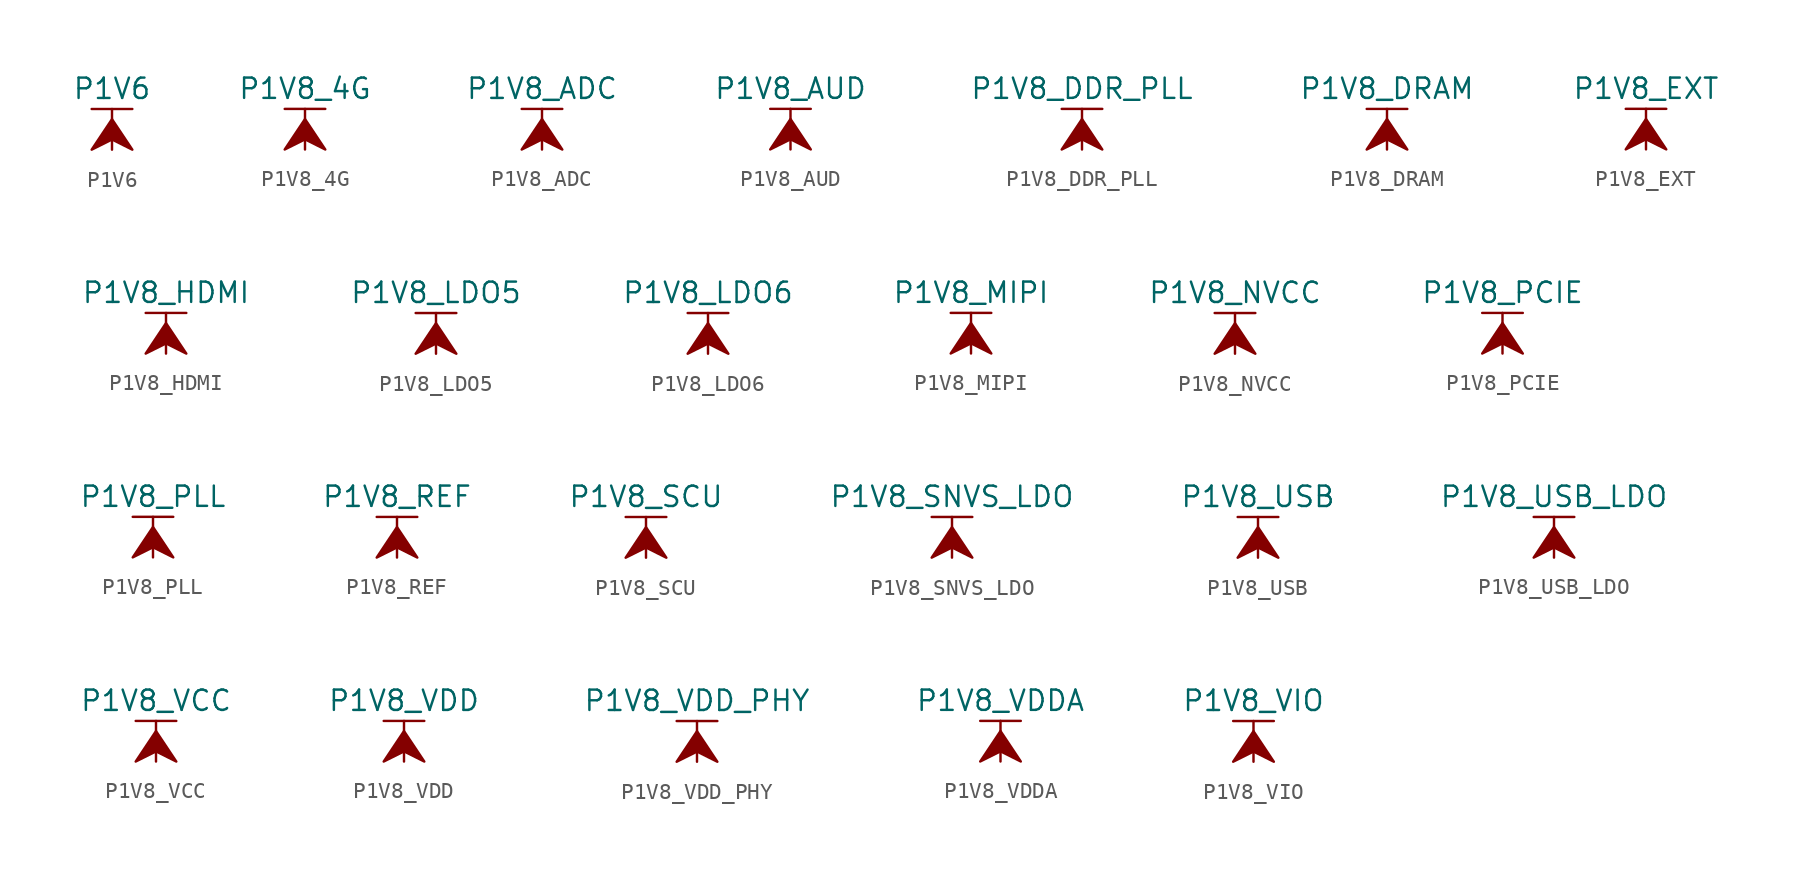
<source format=kicad_sym>
(kicad_symbol_lib
  (version 20211014)
  (generator kicad_symbol_editor)
  (symbol "P1V6"
    (power)
    (pin_names
      (offset 0))
    (property "Reference" "#PWR"
      (at 0 -3.81 0)
      (effects (font (size 1.27 1.27)) hide))
    (property "Value" "P1V6"
      (at 0 3.81 0)
      (effects (font (size 1.27 1.27))))
    (symbol "P1V6_0_1"
      (polyline (pts (xy -1.27 2.54) (xy 1.27 2.54)) (stroke (width 0.152) (type default) (color 0 0 0 0)) (fill (type none)))
      (polyline (pts (xy 0 0) (xy 0 2.54)) (stroke (width 0.152) (type default) (color 0 0 0 0)) (fill (type none)))
      (polyline (pts (xy 0 1.905) (xy -1.27 0) (xy 0 0.635) (xy 1.27 0) (xy 0 1.905)) (stroke (width 0.152) (type default) (color 0 0 0 0)) (fill (type outline))))
    (symbol "P1V6_1_1"
      (pin power_in line (at 0 0 90) (length 0) hide (name "P1V6" (effects (font (size 1.27 1.27)))) (number "1" (effects (font (size 1.27 1.27)))))))
  (symbol "P1V8_4G"
    (power)
    (pin_names
      (offset 0))
    (property "Reference" "#PWR"
      (at 0 -3.81 0)
      (effects (font (size 1.27 1.27)) hide))
    (property "Value" "P1V8_4G"
      (at 0 3.81 0)
      (effects (font (size 1.27 1.27))))
    (symbol "P1V8_4G_0_1"
      (polyline (pts (xy -1.27 2.54) (xy 1.27 2.54)) (stroke (width 0.152) (type default) (color 0 0 0 0)) (fill (type none)))
      (polyline (pts (xy 0 0) (xy 0 2.54)) (stroke (width 0.152) (type default) (color 0 0 0 0)) (fill (type none)))
      (polyline (pts (xy 0 1.905) (xy -1.27 0) (xy 0 0.635) (xy 1.27 0) (xy 0 1.905)) (stroke (width 0.152) (type default) (color 0 0 0 0)) (fill (type outline))))
    (symbol "P1V8_4G_1_1"
      (pin power_in line (at 0 0 90) (length 0) hide (name "P1V8_4G" (effects (font (size 1.27 1.27)))) (number "1" (effects (font (size 1.27 1.27)))))))
  (symbol "P1V8_ADC"
    (power)
    (pin_names
      (offset 0))
    (property "Reference" "#PWR"
      (at 0 -3.81 0)
      (effects (font (size 1.27 1.27)) hide))
    (property "Value" "P1V8_ADC"
      (at 0 3.81 0)
      (effects (font (size 1.27 1.27))))
    (symbol "P1V8_ADC_0_1"
      (polyline (pts (xy -1.27 2.54) (xy 1.27 2.54)) (stroke (width 0.152) (type default) (color 0 0 0 0)) (fill (type none)))
      (polyline (pts (xy 0 0) (xy 0 2.54)) (stroke (width 0.152) (type default) (color 0 0 0 0)) (fill (type none)))
      (polyline (pts (xy 0 1.905) (xy -1.27 0) (xy 0 0.635) (xy 1.27 0) (xy 0 1.905)) (stroke (width 0.152) (type default) (color 0 0 0 0)) (fill (type outline))))
    (symbol "P1V8_ADC_1_1"
      (pin power_in line (at 0 0 90) (length 0) hide (name "P1V8_ADC" (effects (font (size 1.27 1.27)))) (number "1" (effects (font (size 1.27 1.27)))))))
  (symbol "P1V8_AUD"
    (power)
    (pin_names
      (offset 0))
    (property "Reference" "#PWR"
      (at 0 -3.81 0)
      (effects (font (size 1.27 1.27)) hide))
    (property "Value" "P1V8_AUD"
      (at 0 3.81 0)
      (effects (font (size 1.27 1.27))))
    (symbol "P1V8_AUD_0_1"
      (polyline (pts (xy -1.27 2.54) (xy 1.27 2.54)) (stroke (width 0.152) (type default) (color 0 0 0 0)) (fill (type none)))
      (polyline (pts (xy 0 0) (xy 0 2.54)) (stroke (width 0.152) (type default) (color 0 0 0 0)) (fill (type none)))
      (polyline (pts (xy 0 1.905) (xy -1.27 0) (xy 0 0.635) (xy 1.27 0) (xy 0 1.905)) (stroke (width 0.152) (type default) (color 0 0 0 0)) (fill (type outline))))
    (symbol "P1V8_AUD_1_1"
      (pin power_in line (at 0 0 90) (length 0) hide (name "P1V8_AUD" (effects (font (size 1.27 1.27)))) (number "1" (effects (font (size 1.27 1.27)))))))
  (symbol "P1V8_DDR_PLL"
    (power)
    (pin_names
      (offset 0))
    (property "Reference" "#PWR"
      (at 0 -3.81 0)
      (effects (font (size 1.27 1.27)) hide))
    (property "Value" "P1V8_DDR_PLL"
      (at 0 3.81 0)
      (effects (font (size 1.27 1.27))))
    (symbol "P1V8_DDR_PLL_0_1"
      (polyline (pts (xy -1.27 2.54) (xy 1.27 2.54)) (stroke (width 0.152) (type default) (color 0 0 0 0)) (fill (type none)))
      (polyline (pts (xy 0 0) (xy 0 2.54)) (stroke (width 0.152) (type default) (color 0 0 0 0)) (fill (type none)))
      (polyline (pts (xy 0 1.905) (xy -1.27 0) (xy 0 0.635) (xy 1.27 0) (xy 0 1.905)) (stroke (width 0.152) (type default) (color 0 0 0 0)) (fill (type outline))))
    (symbol "P1V8_DDR_PLL_1_1"
      (pin power_in line (at 0 0 90) (length 0) hide (name "P1V8_DDR_PLL" (effects (font (size 1.27 1.27)))) (number "1" (effects (font (size 1.27 1.27)))))))
  (symbol "P1V8_DRAM"
    (power)
    (pin_names
      (offset 0))
    (property "Reference" "#PWR"
      (at 0 -3.81 0)
      (effects (font (size 1.27 1.27)) hide))
    (property "Value" "P1V8_DRAM"
      (at 0 3.81 0)
      (effects (font (size 1.27 1.27))))
    (symbol "P1V8_DRAM_0_1"
      (polyline (pts (xy -1.27 2.54) (xy 1.27 2.54)) (stroke (width 0.152) (type default) (color 0 0 0 0)) (fill (type none)))
      (polyline (pts (xy 0 0) (xy 0 2.54)) (stroke (width 0.152) (type default) (color 0 0 0 0)) (fill (type none)))
      (polyline (pts (xy 0 1.905) (xy -1.27 0) (xy 0 0.635) (xy 1.27 0) (xy 0 1.905)) (stroke (width 0.152) (type default) (color 0 0 0 0)) (fill (type outline))))
    (symbol "P1V8_DRAM_1_1"
      (pin power_in line (at 0 0 90) (length 0) hide (name "P1V8_DRAM" (effects (font (size 1.27 1.27)))) (number "1" (effects (font (size 1.27 1.27)))))))
  (symbol "P1V8_EXT"
    (power)
    (pin_names
      (offset 0))
    (property "Reference" "#PWR"
      (at 0 -3.81 0)
      (effects (font (size 1.27 1.27)) hide))
    (property "Value" "P1V8_EXT"
      (at 0 3.81 0)
      (effects (font (size 1.27 1.27))))
    (symbol "P1V8_EXT_0_1"
      (polyline (pts (xy -1.27 2.54) (xy 1.27 2.54)) (stroke (width 0.152) (type default) (color 0 0 0 0)) (fill (type none)))
      (polyline (pts (xy 0 0) (xy 0 2.54)) (stroke (width 0.152) (type default) (color 0 0 0 0)) (fill (type none)))
      (polyline (pts (xy 0 1.905) (xy -1.27 0) (xy 0 0.635) (xy 1.27 0) (xy 0 1.905)) (stroke (width 0.152) (type default) (color 0 0 0 0)) (fill (type outline))))
    (symbol "P1V8_EXT_1_1"
      (pin power_in line (at 0 0 90) (length 0) hide (name "P1V8_EXT" (effects (font (size 1.27 1.27)))) (number "1" (effects (font (size 1.27 1.27)))))))
  (symbol "P1V8_HDMI"
    (power)
    (pin_names
      (offset 0))
    (property "Reference" "#PWR"
      (at 0 -3.81 0)
      (effects (font (size 1.27 1.27)) hide))
    (property "Value" "P1V8_HDMI"
      (at 0 3.81 0)
      (effects (font (size 1.27 1.27))))
    (symbol "P1V8_HDMI_0_1"
      (polyline (pts (xy -1.27 2.54) (xy 1.27 2.54)) (stroke (width 0.152) (type default) (color 0 0 0 0)) (fill (type none)))
      (polyline (pts (xy 0 0) (xy 0 2.54)) (stroke (width 0.152) (type default) (color 0 0 0 0)) (fill (type none)))
      (polyline (pts (xy 0 1.905) (xy -1.27 0) (xy 0 0.635) (xy 1.27 0) (xy 0 1.905)) (stroke (width 0.152) (type default) (color 0 0 0 0)) (fill (type outline))))
    (symbol "P1V8_HDMI_1_1"
      (pin power_in line (at 0 0 90) (length 0) hide (name "P1V8_HDMI" (effects (font (size 1.27 1.27)))) (number "1" (effects (font (size 1.27 1.27)))))))
  (symbol "P1V8_LDO5"
    (power)
    (pin_names
      (offset 0))
    (property "Reference" "#PWR"
      (at 0 -3.81 0)
      (effects (font (size 1.27 1.27)) hide))
    (property "Value" "P1V8_LDO5"
      (at 0 3.81 0)
      (effects (font (size 1.27 1.27))))
    (symbol "P1V8_LDO5_0_1"
      (polyline (pts (xy -1.27 2.54) (xy 1.27 2.54)) (stroke (width 0.152) (type default) (color 0 0 0 0)) (fill (type none)))
      (polyline (pts (xy 0 0) (xy 0 2.54)) (stroke (width 0.152) (type default) (color 0 0 0 0)) (fill (type none)))
      (polyline (pts (xy 0 1.905) (xy -1.27 0) (xy 0 0.635) (xy 1.27 0) (xy 0 1.905)) (stroke (width 0.152) (type default) (color 0 0 0 0)) (fill (type outline))))
    (symbol "P1V8_LDO5_1_1"
      (pin power_in line (at 0 0 90) (length 0) hide (name "P1V8_LDO5" (effects (font (size 1.27 1.27)))) (number "1" (effects (font (size 1.27 1.27)))))))
  (symbol "P1V8_LDO6"
    (power)
    (pin_names
      (offset 0))
    (property "Reference" "#PWR"
      (at 0 -3.81 0)
      (effects (font (size 1.27 1.27)) hide))
    (property "Value" "P1V8_LDO6"
      (at 0 3.81 0)
      (effects (font (size 1.27 1.27))))
    (symbol "P1V8_LDO6_0_1"
      (polyline (pts (xy -1.27 2.54) (xy 1.27 2.54)) (stroke (width 0.152) (type default) (color 0 0 0 0)) (fill (type none)))
      (polyline (pts (xy 0 0) (xy 0 2.54)) (stroke (width 0.152) (type default) (color 0 0 0 0)) (fill (type none)))
      (polyline (pts (xy 0 1.905) (xy -1.27 0) (xy 0 0.635) (xy 1.27 0) (xy 0 1.905)) (stroke (width 0.152) (type default) (color 0 0 0 0)) (fill (type outline))))
    (symbol "P1V8_LDO6_1_1"
      (pin power_in line (at 0 0 90) (length 0) hide (name "P1V8_LDO6" (effects (font (size 1.27 1.27)))) (number "1" (effects (font (size 1.27 1.27)))))))
  (symbol "P1V8_MIPI"
    (power)
    (pin_names
      (offset 0))
    (property "Reference" "#PWR"
      (at 0 -3.81 0)
      (effects (font (size 1.27 1.27)) hide))
    (property "Value" "P1V8_MIPI"
      (at 0 3.81 0)
      (effects (font (size 1.27 1.27))))
    (symbol "P1V8_MIPI_0_1"
      (polyline (pts (xy -1.27 2.54) (xy 1.27 2.54)) (stroke (width 0.152) (type default) (color 0 0 0 0)) (fill (type none)))
      (polyline (pts (xy 0 0) (xy 0 2.54)) (stroke (width 0.152) (type default) (color 0 0 0 0)) (fill (type none)))
      (polyline (pts (xy 0 1.905) (xy -1.27 0) (xy 0 0.635) (xy 1.27 0) (xy 0 1.905)) (stroke (width 0.152) (type default) (color 0 0 0 0)) (fill (type outline))))
    (symbol "P1V8_MIPI_1_1"
      (pin power_in line (at 0 0 90) (length 0) hide (name "P1V8_MIPI" (effects (font (size 1.27 1.27)))) (number "1" (effects (font (size 1.27 1.27)))))))
  (symbol "P1V8_NVCC"
    (power)
    (pin_names
      (offset 0))
    (property "Reference" "#PWR"
      (at 0 -3.81 0)
      (effects (font (size 1.27 1.27)) hide))
    (property "Value" "P1V8_NVCC"
      (at 0 3.81 0)
      (effects (font (size 1.27 1.27))))
    (symbol "P1V8_NVCC_0_1"
      (polyline (pts (xy -1.27 2.54) (xy 1.27 2.54)) (stroke (width 0.152) (type default) (color 0 0 0 0)) (fill (type none)))
      (polyline (pts (xy 0 0) (xy 0 2.54)) (stroke (width 0.152) (type default) (color 0 0 0 0)) (fill (type none)))
      (polyline (pts (xy 0 1.905) (xy -1.27 0) (xy 0 0.635) (xy 1.27 0) (xy 0 1.905)) (stroke (width 0.152) (type default) (color 0 0 0 0)) (fill (type outline))))
    (symbol "P1V8_NVCC_1_1"
      (pin power_in line (at 0 0 90) (length 0) hide (name "P1V8_NVCC" (effects (font (size 1.27 1.27)))) (number "1" (effects (font (size 1.27 1.27)))))))
  (symbol "P1V8_PCIE"
    (power)
    (pin_names
      (offset 0))
    (property "Reference" "#PWR"
      (at 0 -3.81 0)
      (effects (font (size 1.27 1.27)) hide))
    (property "Value" "P1V8_PCIE"
      (at 0 3.81 0)
      (effects (font (size 1.27 1.27))))
    (symbol "P1V8_PCIE_0_1"
      (polyline (pts (xy -1.27 2.54) (xy 1.27 2.54)) (stroke (width 0.152) (type default) (color 0 0 0 0)) (fill (type none)))
      (polyline (pts (xy 0 0) (xy 0 2.54)) (stroke (width 0.152) (type default) (color 0 0 0 0)) (fill (type none)))
      (polyline (pts (xy 0 1.905) (xy -1.27 0) (xy 0 0.635) (xy 1.27 0) (xy 0 1.905)) (stroke (width 0.152) (type default) (color 0 0 0 0)) (fill (type outline))))
    (symbol "P1V8_PCIE_1_1"
      (pin power_in line (at 0 0 90) (length 0) hide (name "P1V8_PCIE" (effects (font (size 1.27 1.27)))) (number "1" (effects (font (size 1.27 1.27)))))))
  (symbol "P1V8_PLL"
    (power)
    (pin_names
      (offset 0))
    (property "Reference" "#PWR"
      (at 0 -3.81 0)
      (effects (font (size 1.27 1.27)) hide))
    (property "Value" "P1V8_PLL"
      (at 0 3.81 0)
      (effects (font (size 1.27 1.27))))
    (symbol "P1V8_PLL_0_1"
      (polyline (pts (xy -1.27 2.54) (xy 1.27 2.54)) (stroke (width 0.152) (type default) (color 0 0 0 0)) (fill (type none)))
      (polyline (pts (xy 0 0) (xy 0 2.54)) (stroke (width 0.152) (type default) (color 0 0 0 0)) (fill (type none)))
      (polyline (pts (xy 0 1.905) (xy -1.27 0) (xy 0 0.635) (xy 1.27 0) (xy 0 1.905)) (stroke (width 0.152) (type default) (color 0 0 0 0)) (fill (type outline))))
    (symbol "P1V8_PLL_1_1"
      (pin power_in line (at 0 0 90) (length 0) hide (name "P1V8_PLL" (effects (font (size 1.27 1.27)))) (number "1" (effects (font (size 1.27 1.27)))))))
  (symbol "P1V8_REF"
    (power)
    (pin_names
      (offset 0))
    (property "Reference" "#PWR"
      (at 0 -3.81 0)
      (effects (font (size 1.27 1.27)) hide))
    (property "Value" "P1V8_REF"
      (at 0 3.81 0)
      (effects (font (size 1.27 1.27))))
    (symbol "P1V8_REF_0_1"
      (polyline (pts (xy -1.27 2.54) (xy 1.27 2.54)) (stroke (width 0.152) (type default) (color 0 0 0 0)) (fill (type none)))
      (polyline (pts (xy 0 0) (xy 0 2.54)) (stroke (width 0.152) (type default) (color 0 0 0 0)) (fill (type none)))
      (polyline (pts (xy 0 1.905) (xy -1.27 0) (xy 0 0.635) (xy 1.27 0) (xy 0 1.905)) (stroke (width 0.152) (type default) (color 0 0 0 0)) (fill (type outline))))
    (symbol "P1V8_REF_1_1"
      (pin power_in line (at 0 0 90) (length 0) hide (name "P1V8_REF" (effects (font (size 1.27 1.27)))) (number "1" (effects (font (size 1.27 1.27)))))))
  (symbol "P1V8_SCU"
    (power)
    (pin_names
      (offset 0))
    (property "Reference" "#PWR"
      (at 0 -3.81 0)
      (effects (font (size 1.27 1.27)) hide))
    (property "Value" "P1V8_SCU"
      (at 0 3.81 0)
      (effects (font (size 1.27 1.27))))
    (symbol "P1V8_SCU_0_1"
      (polyline (pts (xy -1.27 2.54) (xy 1.27 2.54)) (stroke (width 0.152) (type default) (color 0 0 0 0)) (fill (type none)))
      (polyline (pts (xy 0 0) (xy 0 2.54)) (stroke (width 0.152) (type default) (color 0 0 0 0)) (fill (type none)))
      (polyline (pts (xy 0 1.905) (xy -1.27 0) (xy 0 0.635) (xy 1.27 0) (xy 0 1.905)) (stroke (width 0.152) (type default) (color 0 0 0 0)) (fill (type outline))))
    (symbol "P1V8_SCU_1_1"
      (pin power_in line (at 0 0 90) (length 0) hide (name "P1V8_SCU" (effects (font (size 1.27 1.27)))) (number "1" (effects (font (size 1.27 1.27)))))))
  (symbol "P1V8_SNVS_LDO"
    (power)
    (pin_names
      (offset 0))
    (property "Reference" "#PWR"
      (at 0 -3.81 0)
      (effects (font (size 1.27 1.27)) hide))
    (property "Value" "P1V8_SNVS_LDO"
      (at 0 3.81 0)
      (effects (font (size 1.27 1.27))))
    (symbol "P1V8_SNVS_LDO_0_1"
      (polyline (pts (xy -1.27 2.54) (xy 1.27 2.54)) (stroke (width 0.152) (type default) (color 0 0 0 0)) (fill (type none)))
      (polyline (pts (xy 0 0) (xy 0 2.54)) (stroke (width 0.152) (type default) (color 0 0 0 0)) (fill (type none)))
      (polyline (pts (xy 0 1.905) (xy -1.27 0) (xy 0 0.635) (xy 1.27 0) (xy 0 1.905)) (stroke (width 0.152) (type default) (color 0 0 0 0)) (fill (type outline))))
    (symbol "P1V8_SNVS_LDO_1_1"
      (pin power_in line (at 0 0 90) (length 0) hide (name "P1V8_SNVS_LDO" (effects (font (size 1.27 1.27)))) (number "1" (effects (font (size 1.27 1.27)))))))
  (symbol "P1V8_USB"
    (power)
    (pin_names
      (offset 0))
    (property "Reference" "#PWR"
      (at 0 -3.81 0)
      (effects (font (size 1.27 1.27)) hide))
    (property "Value" "P1V8_USB"
      (at 0 3.81 0)
      (effects (font (size 1.27 1.27))))
    (symbol "P1V8_USB_0_1"
      (polyline (pts (xy -1.27 2.54) (xy 1.27 2.54)) (stroke (width 0.152) (type default) (color 0 0 0 0)) (fill (type none)))
      (polyline (pts (xy 0 0) (xy 0 2.54)) (stroke (width 0.152) (type default) (color 0 0 0 0)) (fill (type none)))
      (polyline (pts (xy 0 1.905) (xy -1.27 0) (xy 0 0.635) (xy 1.27 0) (xy 0 1.905)) (stroke (width 0.152) (type default) (color 0 0 0 0)) (fill (type outline))))
    (symbol "P1V8_USB_1_1"
      (pin power_in line (at 0 0 90) (length 0) hide (name "P1V8_USB" (effects (font (size 1.27 1.27)))) (number "1" (effects (font (size 1.27 1.27)))))))
  (symbol "P1V8_USB_LDO"
    (power)
    (pin_names
      (offset 0))
    (property "Reference" "#PWR"
      (at 0 -3.81 0)
      (effects (font (size 1.27 1.27)) hide))
    (property "Value" "P1V8_USB_LDO"
      (at 0 3.81 0)
      (effects (font (size 1.27 1.27))))
    (symbol "P1V8_USB_LDO_0_1"
      (polyline (pts (xy -1.27 2.54) (xy 1.27 2.54)) (stroke (width 0.152) (type default) (color 0 0 0 0)) (fill (type none)))
      (polyline (pts (xy 0 0) (xy 0 2.54)) (stroke (width 0.152) (type default) (color 0 0 0 0)) (fill (type none)))
      (polyline (pts (xy 0 1.905) (xy -1.27 0) (xy 0 0.635) (xy 1.27 0) (xy 0 1.905)) (stroke (width 0.152) (type default) (color 0 0 0 0)) (fill (type outline))))
    (symbol "P1V8_USB_LDO_1_1"
      (pin power_in line (at 0 0 90) (length 0) hide (name "P1V8_USB_LDO" (effects (font (size 1.27 1.27)))) (number "1" (effects (font (size 1.27 1.27)))))))
  (symbol "P1V8_VCC"
    (power)
    (pin_names
      (offset 0))
    (property "Reference" "#PWR"
      (at 0 -3.81 0)
      (effects (font (size 1.27 1.27)) hide))
    (property "Value" "P1V8_VCC"
      (at 0 3.81 0)
      (effects (font (size 1.27 1.27))))
    (symbol "P1V8_VCC_0_1"
      (polyline (pts (xy -1.27 2.54) (xy 1.27 2.54)) (stroke (width 0.152) (type default) (color 0 0 0 0)) (fill (type none)))
      (polyline (pts (xy 0 0) (xy 0 2.54)) (stroke (width 0.152) (type default) (color 0 0 0 0)) (fill (type none)))
      (polyline (pts (xy 0 1.905) (xy -1.27 0) (xy 0 0.635) (xy 1.27 0) (xy 0 1.905)) (stroke (width 0.152) (type default) (color 0 0 0 0)) (fill (type outline))))
    (symbol "P1V8_VCC_1_1"
      (pin power_in line (at 0 0 90) (length 0) hide (name "P1V8_VCC" (effects (font (size 1.27 1.27)))) (number "1" (effects (font (size 1.27 1.27)))))))
  (symbol "P1V8_VDD"
    (power)
    (pin_names
      (offset 0))
    (property "Reference" "#PWR"
      (at 0 -3.81 0)
      (effects (font (size 1.27 1.27)) hide))
    (property "Value" "P1V8_VDD"
      (at 0 3.81 0)
      (effects (font (size 1.27 1.27))))
    (symbol "P1V8_VDD_0_1"
      (polyline (pts (xy -1.27 2.54) (xy 1.27 2.54)) (stroke (width 0.152) (type default) (color 0 0 0 0)) (fill (type none)))
      (polyline (pts (xy 0 0) (xy 0 2.54)) (stroke (width 0.152) (type default) (color 0 0 0 0)) (fill (type none)))
      (polyline (pts (xy 0 1.905) (xy -1.27 0) (xy 0 0.635) (xy 1.27 0) (xy 0 1.905)) (stroke (width 0.152) (type default) (color 0 0 0 0)) (fill (type outline))))
    (symbol "P1V8_VDD_1_1"
      (pin power_in line (at 0 0 90) (length 0) hide (name "P1V8_VDD" (effects (font (size 1.27 1.27)))) (number "1" (effects (font (size 1.27 1.27)))))))
  (symbol "P1V8_VDD_PHY"
    (power)
    (pin_names
      (offset 0))
    (property "Reference" "#PWR"
      (at 0 -3.81 0)
      (effects (font (size 1.27 1.27)) hide))
    (property "Value" "P1V8_VDD_PHY"
      (at 0 3.81 0)
      (effects (font (size 1.27 1.27))))
    (symbol "P1V8_VDD_PHY_0_1"
      (polyline (pts (xy -1.27 2.54) (xy 1.27 2.54)) (stroke (width 0.152) (type default) (color 0 0 0 0)) (fill (type none)))
      (polyline (pts (xy 0 0) (xy 0 2.54)) (stroke (width 0.152) (type default) (color 0 0 0 0)) (fill (type none)))
      (polyline (pts (xy 0 1.905) (xy -1.27 0) (xy 0 0.635) (xy 1.27 0) (xy 0 1.905)) (stroke (width 0.152) (type default) (color 0 0 0 0)) (fill (type outline))))
    (symbol "P1V8_VDD_PHY_1_1"
      (pin power_in line (at 0 0 90) (length 0) hide (name "P1V8_VDD_PHY" (effects (font (size 1.27 1.27)))) (number "1" (effects (font (size 1.27 1.27)))))))
  (symbol "P1V8_VDDA"
    (power)
    (pin_names
      (offset 0))
    (property "Reference" "#PWR"
      (at 0 -3.81 0)
      (effects (font (size 1.27 1.27)) hide))
    (property "Value" "P1V8_VDDA"
      (at 0 3.81 0)
      (effects (font (size 1.27 1.27))))
    (symbol "P1V8_VDDA_0_1"
      (polyline (pts (xy -1.27 2.54) (xy 1.27 2.54)) (stroke (width 0.152) (type default) (color 0 0 0 0)) (fill (type none)))
      (polyline (pts (xy 0 0) (xy 0 2.54)) (stroke (width 0.152) (type default) (color 0 0 0 0)) (fill (type none)))
      (polyline (pts (xy 0 1.905) (xy -1.27 0) (xy 0 0.635) (xy 1.27 0) (xy 0 1.905)) (stroke (width 0.152) (type default) (color 0 0 0 0)) (fill (type outline))))
    (symbol "P1V8_VDDA_1_1"
      (pin power_in line (at 0 0 90) (length 0) hide (name "P1V8_VDDA" (effects (font (size 1.27 1.27)))) (number "1" (effects (font (size 1.27 1.27)))))))
  (symbol "P1V8_VIO"
    (power)
    (pin_names
      (offset 0))
    (property "Reference" "#PWR"
      (at 0 -3.81 0)
      (effects (font (size 1.27 1.27)) hide))
    (property "Value" "P1V8_VIO"
      (at 0 3.81 0)
      (effects (font (size 1.27 1.27))))
    (symbol "P1V8_VIO_0_1"
      (polyline (pts (xy -1.27 2.54) (xy 1.27 2.54)) (stroke (width 0.152) (type default) (color 0 0 0 0)) (fill (type none)))
      (polyline (pts (xy 0 0) (xy 0 2.54)) (stroke (width 0.152) (type default) (color 0 0 0 0)) (fill (type none)))
      (polyline (pts (xy 0 1.905) (xy -1.27 0) (xy 0 0.635) (xy 1.27 0) (xy 0 1.905)) (stroke (width 0.152) (type default) (color 0 0 0 0)) (fill (type outline))))
    (symbol "P1V8_VIO_1_1"
      (pin power_in line (at 0 0 90) (length 0) hide (name "P1V8_VIO" (effects (font (size 1.27 1.27)))) (number "1" (effects (font (size 1.27 1.27))))))))
</source>
